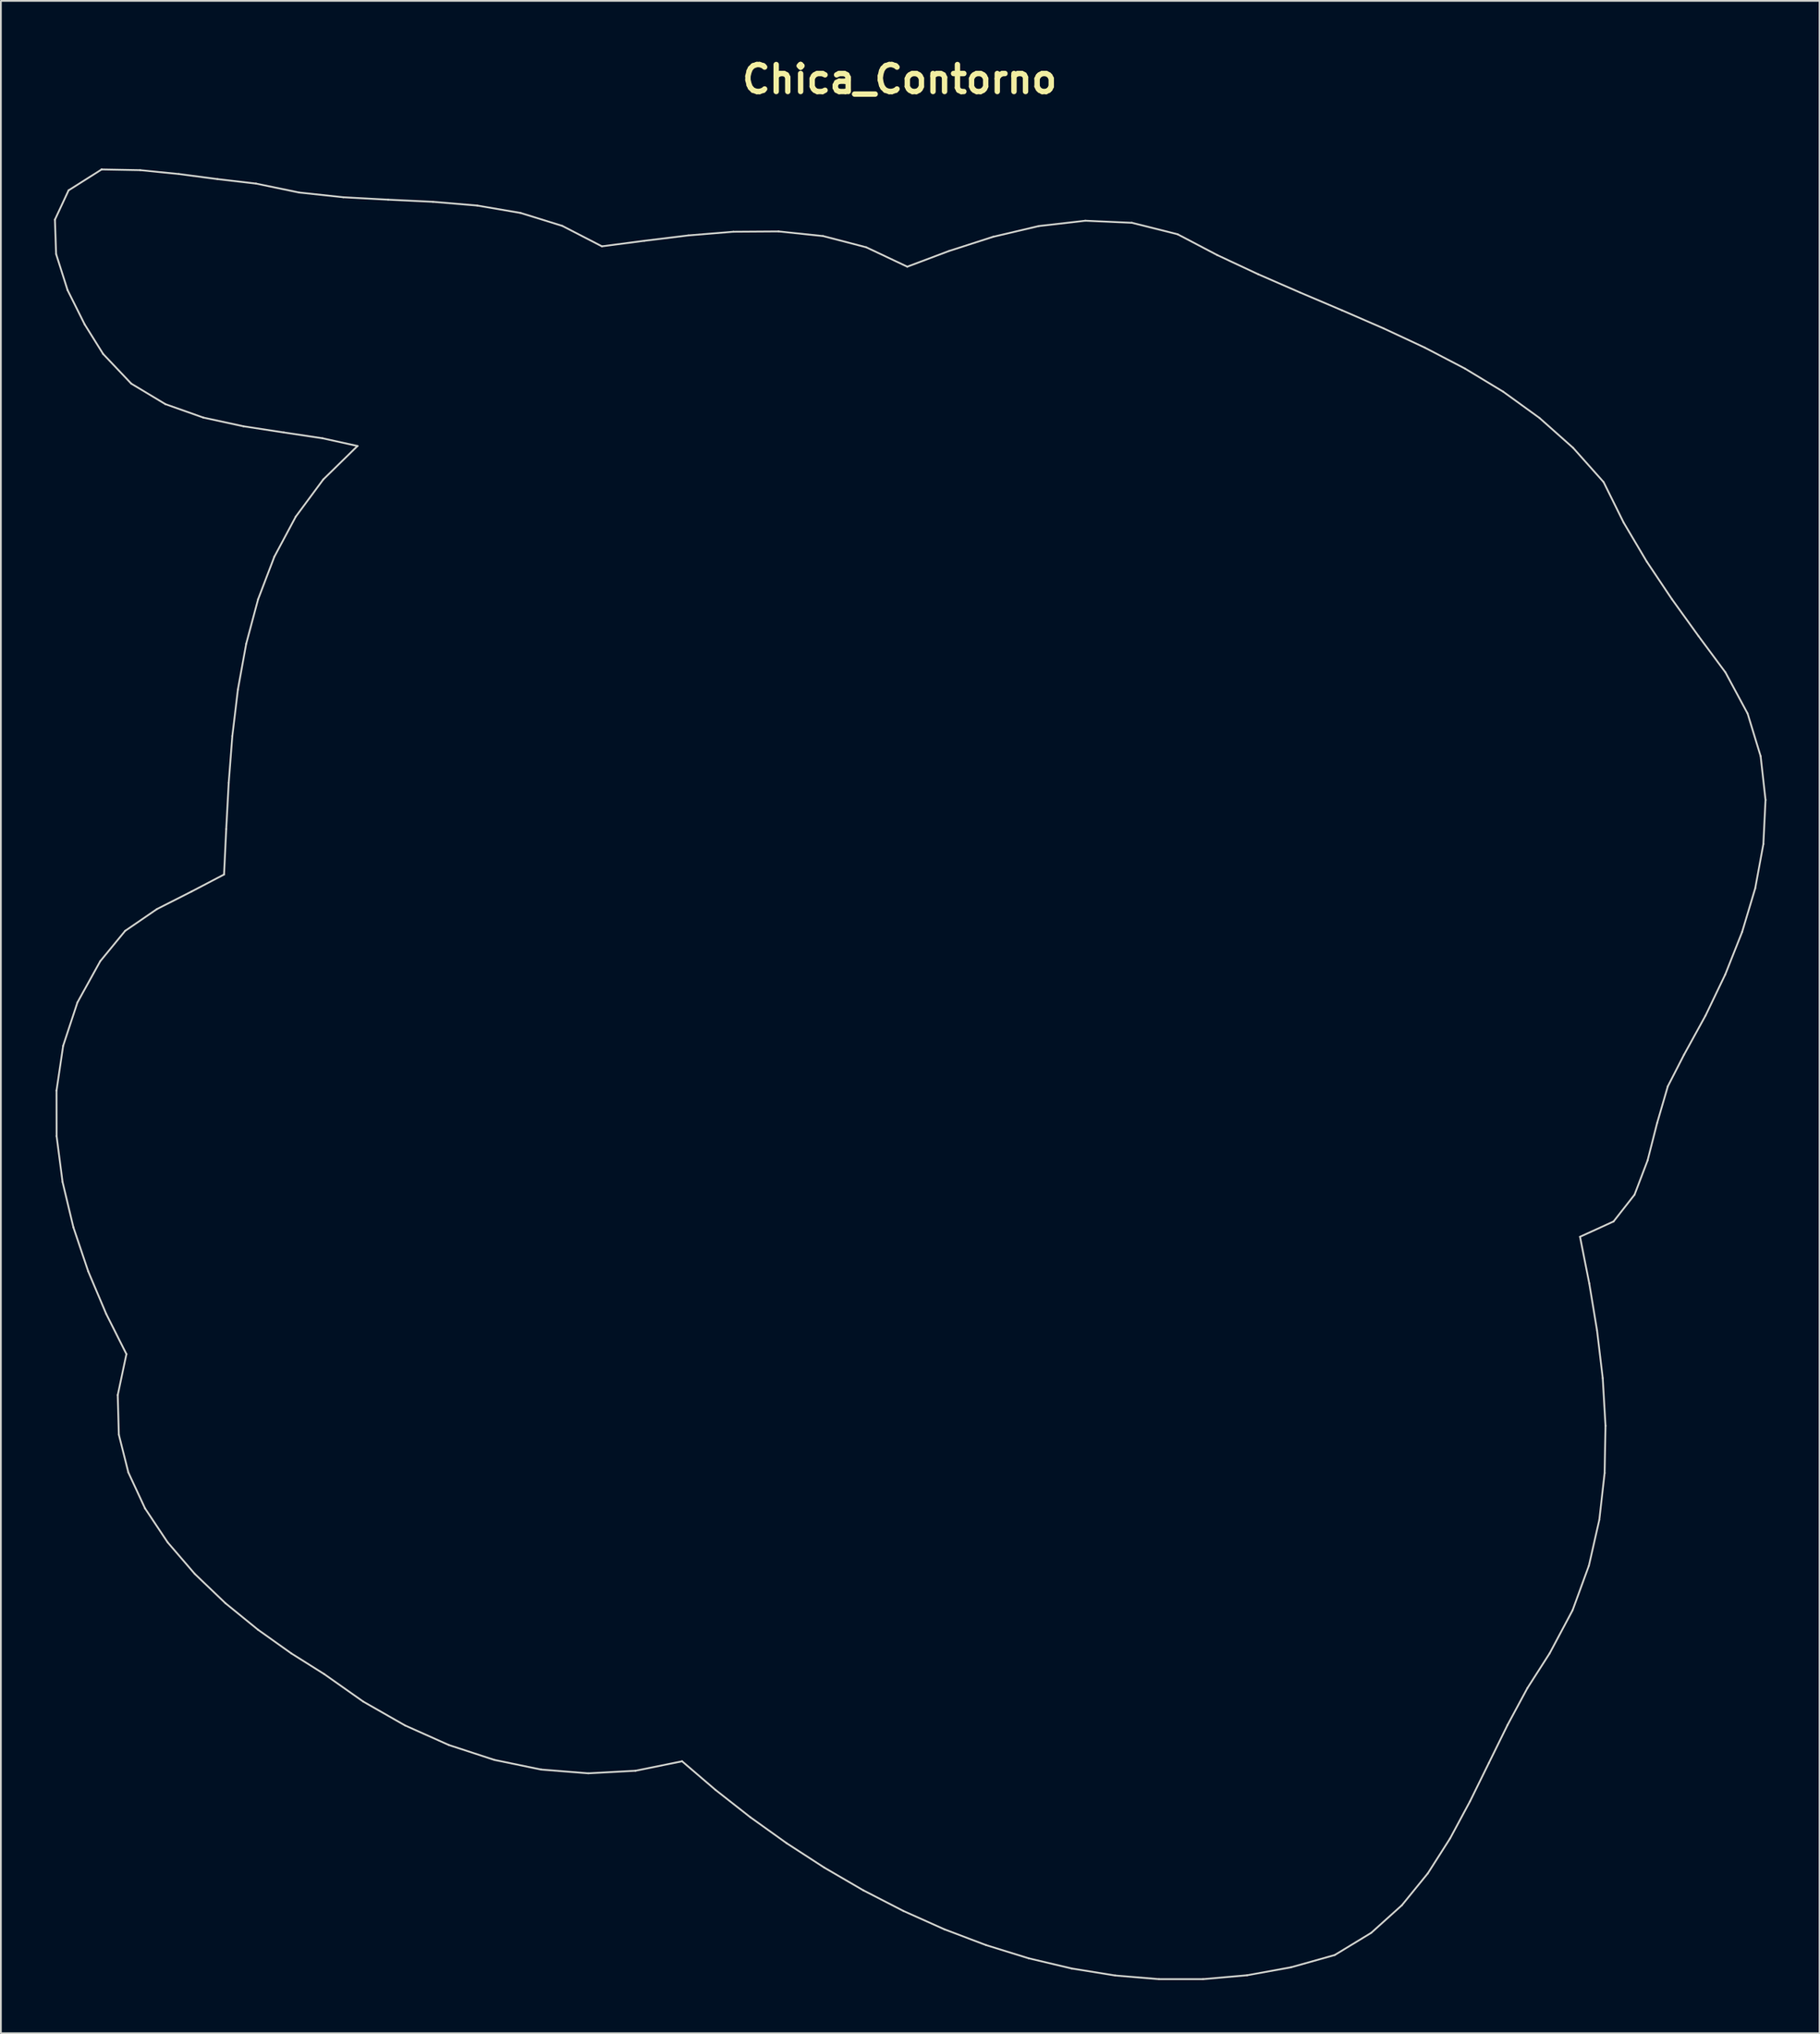
<source format=kicad_pcb>
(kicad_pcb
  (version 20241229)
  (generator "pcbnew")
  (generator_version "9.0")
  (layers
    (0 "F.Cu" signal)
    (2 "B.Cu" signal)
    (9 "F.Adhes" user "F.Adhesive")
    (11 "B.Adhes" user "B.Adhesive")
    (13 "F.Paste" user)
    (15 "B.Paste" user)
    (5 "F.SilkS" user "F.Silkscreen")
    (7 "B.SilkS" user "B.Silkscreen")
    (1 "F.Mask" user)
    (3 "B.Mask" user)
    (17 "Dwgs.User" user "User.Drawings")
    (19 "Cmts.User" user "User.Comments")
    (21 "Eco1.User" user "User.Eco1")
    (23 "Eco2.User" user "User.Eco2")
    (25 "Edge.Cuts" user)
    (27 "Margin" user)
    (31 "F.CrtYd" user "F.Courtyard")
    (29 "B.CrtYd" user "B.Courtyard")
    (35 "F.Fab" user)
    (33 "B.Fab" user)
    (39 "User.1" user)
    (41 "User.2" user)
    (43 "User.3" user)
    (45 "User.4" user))
  (footprint "Chica_Contorno"
    (layer "F.Cu")
    (at 47.746 58.074)
    (property "Reference" "Chica_Contorno" (at 0 -56.647 0) (layer "F.SilkS") (effects (font (size 1.524 1.524) (thickness 0.305))))
    (attr smd)
    (fp_line (start -47.694 -48.726) (end -47.628 -46.785) (stroke (width 0.103) (type solid)) (layer "Edge.Cuts"))
    (fp_line (start -47.628 -46.785) (end -46.981 -44.748) (stroke (width 0.103) (type solid)) (layer "Edge.Cuts"))
    (fp_line (start -47.604 0.435) (end -47.599 3.01) (stroke (width 0.103) (type solid)) (layer "Edge.Cuts"))
    (fp_line (start -47.599 3.01) (end -47.264 5.594) (stroke (width 0.103) (type solid)) (layer "Edge.Cuts"))
    (fp_line (start -47.264 5.594) (end -46.652 8.152) (stroke (width 0.103) (type solid)) (layer "Edge.Cuts"))
    (fp_line (start -47.23 -2.093) (end -47.604 0.435) (stroke (width 0.103) (type solid)) (layer "Edge.Cuts"))
    (fp_line (start -46.981 -44.748) (end -46.01 -42.804) (stroke (width 0.103) (type solid)) (layer "Edge.Cuts"))
    (fp_line (start -46.923 -50.38) (end -47.694 -48.726) (stroke (width 0.103) (type solid)) (layer "Edge.Cuts"))
    (fp_line (start -46.652 8.152) (end -45.812 10.648) (stroke (width 0.103) (type solid)) (layer "Edge.Cuts"))
    (fp_line (start -46.423 -4.541) (end -47.23 -2.093) (stroke (width 0.103) (type solid)) (layer "Edge.Cuts"))
    (fp_line (start -46.01 -42.804) (end -44.972 -41.143) (stroke (width 0.103) (type solid)) (layer "Edge.Cuts"))
    (fp_line (start -45.812 10.648) (end -44.797 13.046) (stroke (width 0.103) (type solid)) (layer "Edge.Cuts"))
    (fp_line (start -45.134 -6.87) (end -46.423 -4.541) (stroke (width 0.103) (type solid)) (layer "Edge.Cuts"))
    (fp_line (start -45.059 -51.559) (end -45.059 -51.559) (stroke (width 0.103) (type solid)) (layer "Edge.Cuts"))
    (fp_line (start -45.059 -51.559) (end -46.923 -50.38) (stroke (width 0.103) (type solid)) (layer "Edge.Cuts"))
    (fp_line (start -44.972 -41.143) (end -43.383 -39.468) (stroke (width 0.103) (type solid)) (layer "Edge.Cuts"))
    (fp_line (start -44.797 13.046) (end -43.658 15.31) (stroke (width 0.103) (type solid)) (layer "Edge.Cuts"))
    (fp_line (start -44.147 17.624) (end -44.086 19.854) (stroke (width 0.103) (type solid)) (layer "Edge.Cuts"))
    (fp_line (start -44.086 19.854) (end -43.549 21.99) (stroke (width 0.103) (type solid)) (layer "Edge.Cuts"))
    (fp_line (start -43.73 -8.579) (end -45.134 -6.87) (stroke (width 0.103) (type solid)) (layer "Edge.Cuts"))
    (fp_line (start -43.658 15.31) (end -44.147 17.624) (stroke (width 0.103) (type solid)) (layer "Edge.Cuts"))
    (fp_line (start -43.549 21.99) (end -42.606 24.02) (stroke (width 0.103) (type solid)) (layer "Edge.Cuts"))
    (fp_line (start -43.383 -39.468) (end -41.461 -38.313) (stroke (width 0.103) (type solid)) (layer "Edge.Cuts"))
    (fp_line (start -42.88 -51.519) (end -45.059 -51.559) (stroke (width 0.103) (type solid)) (layer "Edge.Cuts"))
    (fp_line (start -42.606 24.02) (end -41.331 25.934) (stroke (width 0.103) (type solid)) (layer "Edge.Cuts"))
    (fp_line (start -41.93 -9.812) (end -43.73 -8.579) (stroke (width 0.103) (type solid)) (layer "Edge.Cuts"))
    (fp_line (start -41.461 -38.313) (end -39.314 -37.552) (stroke (width 0.103) (type solid)) (layer "Edge.Cuts"))
    (fp_line (start -41.331 25.934) (end -39.795 27.72) (stroke (width 0.103) (type solid)) (layer "Edge.Cuts"))
    (fp_line (start -40.698 -51.302) (end -42.88 -51.519) (stroke (width 0.103) (type solid)) (layer "Edge.Cuts"))
    (fp_line (start -39.985 -10.798) (end -41.93 -9.812) (stroke (width 0.103) (type solid)) (layer "Edge.Cuts"))
    (fp_line (start -39.795 27.72) (end -38.071 29.368) (stroke (width 0.103) (type solid)) (layer "Edge.Cuts"))
    (fp_line (start -39.314 -37.552) (end -37.048 -37.061) (stroke (width 0.103) (type solid)) (layer "Edge.Cuts"))
    (fp_line (start -38.517 -51.014) (end -40.698 -51.302) (stroke (width 0.103) (type solid)) (layer "Edge.Cuts"))
    (fp_line (start -38.145 -11.761) (end -39.985 -10.798) (stroke (width 0.103) (type solid)) (layer "Edge.Cuts"))
    (fp_line (start -38.071 29.368) (end -36.23 30.866) (stroke (width 0.103) (type solid)) (layer "Edge.Cuts"))
    (fp_line (start -38.022 -14.324) (end -38.145 -11.761) (stroke (width 0.103) (type solid)) (layer "Edge.Cuts"))
    (fp_line (start -37.881 -16.94) (end -38.022 -14.324) (stroke (width 0.103) (type solid)) (layer "Edge.Cuts"))
    (fp_line (start -37.677 -19.577) (end -37.881 -16.94) (stroke (width 0.103) (type solid)) (layer "Edge.Cuts"))
    (fp_line (start -37.363 -22.204) (end -37.677 -19.577) (stroke (width 0.103) (type solid)) (layer "Edge.Cuts"))
    (fp_line (start -37.048 -37.061) (end -34.77 -36.713) (stroke (width 0.103) (type solid)) (layer "Edge.Cuts"))
    (fp_line (start -36.893 -24.788) (end -37.363 -22.204) (stroke (width 0.103) (type solid)) (layer "Edge.Cuts"))
    (fp_line (start -36.34 -50.761) (end -38.517 -51.014) (stroke (width 0.103) (type solid)) (layer "Edge.Cuts"))
    (fp_line (start -36.23 30.866) (end -34.346 32.205) (stroke (width 0.103) (type solid)) (layer "Edge.Cuts"))
    (fp_line (start -36.222 -27.298) (end -36.893 -24.788) (stroke (width 0.103) (type solid)) (layer "Edge.Cuts"))
    (fp_line (start -35.304 -29.701) (end -36.222 -27.298) (stroke (width 0.103) (type solid)) (layer "Edge.Cuts"))
    (fp_line (start -34.77 -36.713) (end -32.588 -36.385) (stroke (width 0.103) (type solid)) (layer "Edge.Cuts"))
    (fp_line (start -34.346 32.205) (end -32.49 33.372) (stroke (width 0.103) (type solid)) (layer "Edge.Cuts"))
    (fp_line (start -34.093 -31.965) (end -35.304 -29.701) (stroke (width 0.103) (type solid)) (layer "Edge.Cuts"))
    (fp_line (start -33.903 -50.256) (end -36.34 -50.761) (stroke (width 0.103) (type solid)) (layer "Edge.Cuts"))
    (fp_line (start -32.588 -36.385) (end -30.609 -35.95) (stroke (width 0.103) (type solid)) (layer "Edge.Cuts"))
    (fp_line (start -32.543 -34.059) (end -34.093 -31.965) (stroke (width 0.103) (type solid)) (layer "Edge.Cuts"))
    (fp_line (start -32.49 33.372) (end -30.283 34.926) (stroke (width 0.103) (type solid)) (layer "Edge.Cuts"))
    (fp_line (start -31.406 -49.99) (end -33.903 -50.256) (stroke (width 0.103) (type solid)) (layer "Edge.Cuts"))
    (fp_line (start -30.609 -35.95) (end -32.543 -34.059) (stroke (width 0.103) (type solid)) (layer "Edge.Cuts"))
    (fp_line (start -30.283 34.926) (end -27.925 36.271) (stroke (width 0.103) (type solid)) (layer "Edge.Cuts"))
    (fp_line (start -28.878 -49.853) (end -31.406 -49.99) (stroke (width 0.103) (type solid)) (layer "Edge.Cuts"))
    (fp_line (start -27.925 36.271) (end -25.445 37.379) (stroke (width 0.103) (type solid)) (layer "Edge.Cuts"))
    (fp_line (start -26.35 -49.733) (end -28.878 -49.853) (stroke (width 0.103) (type solid)) (layer "Edge.Cuts"))
    (fp_line (start -25.445 37.379) (end -22.874 38.219) (stroke (width 0.103) (type solid)) (layer "Edge.Cuts"))
    (fp_line (start -23.849 -49.521) (end -26.35 -49.733) (stroke (width 0.103) (type solid)) (layer "Edge.Cuts"))
    (fp_line (start -22.874 38.219) (end -20.242 38.761) (stroke (width 0.103) (type solid)) (layer "Edge.Cuts"))
    (fp_line (start -21.406 -49.105) (end -23.849 -49.521) (stroke (width 0.103) (type solid)) (layer "Edge.Cuts"))
    (fp_line (start -20.242 38.761) (end -17.579 38.974) (stroke (width 0.103) (type solid)) (layer "Edge.Cuts"))
    (fp_line (start -19.049 -48.375) (end -21.406 -49.105) (stroke (width 0.103) (type solid)) (layer "Edge.Cuts"))
    (fp_line (start -17.579 38.974) (end -14.915 38.829) (stroke (width 0.103) (type solid)) (layer "Edge.Cuts"))
    (fp_line (start -16.809 -47.22) (end -19.049 -48.375) (stroke (width 0.103) (type solid)) (layer "Edge.Cuts"))
    (fp_line (start -14.915 38.829) (end -12.281 38.295) (stroke (width 0.103) (type solid)) (layer "Edge.Cuts"))
    (fp_line (start -14.411 -47.532) (end -16.809 -47.22) (stroke (width 0.103) (type solid)) (layer "Edge.Cuts"))
    (fp_line (start -12.281 38.295) (end -10.402 39.904) (stroke (width 0.103) (type solid)) (layer "Edge.Cuts"))
    (fp_line (start -11.922 -47.836) (end -14.411 -47.532) (stroke (width 0.103) (type solid)) (layer "Edge.Cuts"))
    (fp_line (start -10.402 39.904) (end -8.433 41.449) (stroke (width 0.103) (type solid)) (layer "Edge.Cuts"))
    (fp_line (start -9.382 -48.043) (end -11.922 -47.836) (stroke (width 0.103) (type solid)) (layer "Edge.Cuts"))
    (fp_line (start -8.433 41.449) (end -6.379 42.918) (stroke (width 0.103) (type solid)) (layer "Edge.Cuts"))
    (fp_line (start -6.834 -48.061) (end -9.382 -48.043) (stroke (width 0.103) (type solid)) (layer "Edge.Cuts"))
    (fp_line (start -6.379 42.918) (end -4.249 44.298) (stroke (width 0.103) (type solid)) (layer "Edge.Cuts"))
    (fp_line (start -4.321 -47.799) (end -6.834 -48.061) (stroke (width 0.103) (type solid)) (layer "Edge.Cuts"))
    (fp_line (start -4.249 44.298) (end -2.05 45.577) (stroke (width 0.103) (type solid)) (layer "Edge.Cuts"))
    (fp_line (start -2.05 45.577) (end 0.211 46.741) (stroke (width 0.103) (type solid)) (layer "Edge.Cuts"))
    (fp_line (start -1.884 -47.166) (end -4.321 -47.799) (stroke (width 0.103) (type solid)) (layer "Edge.Cuts"))
    (fp_line (start 0.211 46.741) (end 2.525 47.777) (stroke (width 0.103) (type solid)) (layer "Edge.Cuts"))
    (fp_line (start 0.435 -46.07) (end -1.884 -47.166) (stroke (width 0.103) (type solid)) (layer "Edge.Cuts"))
    (fp_line (start 2.525 47.777) (end 4.887 48.672) (stroke (width 0.103) (type solid)) (layer "Edge.Cuts"))
    (fp_line (start 2.791 -46.956) (end 0.435 -46.07) (stroke (width 0.103) (type solid)) (layer "Edge.Cuts"))
    (fp_line (start 4.887 48.672) (end 7.287 49.415) (stroke (width 0.103) (type solid)) (layer "Edge.Cuts"))
    (fp_line (start 5.282 -47.758) (end 2.791 -46.956) (stroke (width 0.103) (type solid)) (layer "Edge.Cuts"))
    (fp_line (start 7.287 49.415) (end 9.72 49.991) (stroke (width 0.103) (type solid)) (layer "Edge.Cuts"))
    (fp_line (start 7.864 -48.364) (end 5.282 -47.758) (stroke (width 0.103) (type solid)) (layer "Edge.Cuts"))
    (fp_line (start 9.72 49.991) (end 12.177 50.387) (stroke (width 0.103) (type solid)) (layer "Edge.Cuts"))
    (fp_line (start 10.49 -48.665) (end 7.864 -48.364) (stroke (width 0.103) (type solid)) (layer "Edge.Cuts"))
    (fp_line (start 12.177 50.387) (end 14.651 50.592) (stroke (width 0.103) (type solid)) (layer "Edge.Cuts"))
    (fp_line (start 13.117 -48.548) (end 10.49 -48.665) (stroke (width 0.103) (type solid)) (layer "Edge.Cuts"))
    (fp_line (start 14.651 50.592) (end 17.134 50.592) (stroke (width 0.103) (type solid)) (layer "Edge.Cuts"))
    (fp_line (start 15.699 -47.901) (end 13.117 -48.548) (stroke (width 0.103) (type solid)) (layer "Edge.Cuts"))
    (fp_line (start 17.134 50.592) (end 19.62 50.373) (stroke (width 0.103) (type solid)) (layer "Edge.Cuts"))
    (fp_line (start 17.937 -46.726) (end 15.699 -47.901) (stroke (width 0.103) (type solid)) (layer "Edge.Cuts"))
    (fp_line (start 19.62 50.373) (end 22.1 49.924) (stroke (width 0.103) (type solid)) (layer "Edge.Cuts"))
    (fp_line (start 20.248 -45.645) (end 17.937 -46.726) (stroke (width 0.103) (type solid)) (layer "Edge.Cuts"))
    (fp_line (start 22.1 49.924) (end 24.568 49.232) (stroke (width 0.103) (type solid)) (layer "Edge.Cuts"))
    (fp_line (start 22.603 -44.618) (end 20.248 -45.645) (stroke (width 0.103) (type solid)) (layer "Edge.Cuts"))
    (fp_line (start 24.568 49.232) (end 26.632 47.978) (stroke (width 0.103) (type solid)) (layer "Edge.Cuts"))
    (fp_line (start 24.976 -43.61) (end 22.603 -44.618) (stroke (width 0.103) (type solid)) (layer "Edge.Cuts"))
    (fp_line (start 26.632 47.978) (end 28.362 46.421) (stroke (width 0.103) (type solid)) (layer "Edge.Cuts"))
    (fp_line (start 27.339 -42.583) (end 24.976 -43.61) (stroke (width 0.103) (type solid)) (layer "Edge.Cuts"))
    (fp_line (start 28.362 46.421) (end 29.825 44.624) (stroke (width 0.103) (type solid)) (layer "Edge.Cuts"))
    (fp_line (start 29.664 -41.498) (end 27.339 -42.583) (stroke (width 0.103) (type solid)) (layer "Edge.Cuts"))
    (fp_line (start 29.825 44.624) (end 31.086 42.646) (stroke (width 0.103) (type solid)) (layer "Edge.Cuts"))
    (fp_line (start 31.086 42.646) (end 32.213 40.549) (stroke (width 0.103) (type solid)) (layer "Edge.Cuts"))
    (fp_line (start 31.923 -40.32) (end 29.664 -41.498) (stroke (width 0.103) (type solid)) (layer "Edge.Cuts"))
    (fp_line (start 32.213 40.549) (end 33.272 38.395) (stroke (width 0.103) (type solid)) (layer "Edge.Cuts"))
    (fp_line (start 33.272 38.395) (end 34.33 36.244) (stroke (width 0.103) (type solid)) (layer "Edge.Cuts"))
    (fp_line (start 34.089 -39.01) (end 31.923 -40.32) (stroke (width 0.103) (type solid)) (layer "Edge.Cuts"))
    (fp_line (start 34.33 36.244) (end 35.453 34.159) (stroke (width 0.103) (type solid)) (layer "Edge.Cuts"))
    (fp_line (start 35.453 34.159) (end 36.707 32.2) (stroke (width 0.103) (type solid)) (layer "Edge.Cuts"))
    (fp_line (start 36.135 -37.53) (end 34.089 -39.01) (stroke (width 0.103) (type solid)) (layer "Edge.Cuts"))
    (fp_line (start 36.707 32.2) (end 38.003 29.767) (stroke (width 0.103) (type solid)) (layer "Edge.Cuts"))
    (fp_line (start 38.003 29.767) (end 38.924 27.248) (stroke (width 0.103) (type solid)) (layer "Edge.Cuts"))
    (fp_line (start 38.032 -35.844) (end 36.135 -37.53) (stroke (width 0.103) (type solid)) (layer "Edge.Cuts"))
    (fp_line (start 38.422 8.688) (end 40.315 7.824) (stroke (width 0.103) (type solid)) (layer "Edge.Cuts"))
    (fp_line (start 38.924 27.248) (end 39.512 24.661) (stroke (width 0.103) (type solid)) (layer "Edge.Cuts"))
    (fp_line (start 38.943 11.317) (end 38.422 8.688) (stroke (width 0.103) (type solid)) (layer "Edge.Cuts"))
    (fp_line (start 39.384 13.982) (end 38.943 11.317) (stroke (width 0.103) (type solid)) (layer "Edge.Cuts"))
    (fp_line (start 39.512 24.661) (end 39.81 22.023) (stroke (width 0.103) (type solid)) (layer "Edge.Cuts"))
    (fp_line (start 39.704 16.667) (end 39.384 13.982) (stroke (width 0.103) (type solid)) (layer "Edge.Cuts"))
    (fp_line (start 39.753 -33.913) (end 38.032 -35.844) (stroke (width 0.103) (type solid)) (layer "Edge.Cuts"))
    (fp_line (start 39.81 22.023) (end 39.86 19.353) (stroke (width 0.103) (type solid)) (layer "Edge.Cuts"))
    (fp_line (start 39.86 19.353) (end 39.704 16.667) (stroke (width 0.103) (type solid)) (layer "Edge.Cuts"))
    (fp_line (start 40.315 7.824) (end 41.5 6.313) (stroke (width 0.103) (type solid)) (layer "Edge.Cuts"))
    (fp_line (start 40.886 -31.624) (end 39.753 -33.913) (stroke (width 0.103) (type solid)) (layer "Edge.Cuts"))
    (fp_line (start 41.5 6.313) (end 42.235 4.385) (stroke (width 0.103) (type solid)) (layer "Edge.Cuts"))
    (fp_line (start 42.185 -29.432) (end 40.886 -31.624) (stroke (width 0.103) (type solid)) (layer "Edge.Cuts"))
    (fp_line (start 42.235 4.385) (end 42.775 2.269) (stroke (width 0.103) (type solid)) (layer "Edge.Cuts"))
    (fp_line (start 42.775 2.269) (end 43.378 0.198) (stroke (width 0.103) (type solid)) (layer "Edge.Cuts"))
    (fp_line (start 43.378 0.198) (end 44.3 -1.6) (stroke (width 0.103) (type solid)) (layer "Edge.Cuts"))
    (fp_line (start 43.606 -27.31) (end 42.185 -29.432) (stroke (width 0.103) (type solid)) (layer "Edge.Cuts"))
    (fp_line (start 44.3 -1.6) (end 45.51 -3.8) (stroke (width 0.103) (type solid)) (layer "Edge.Cuts"))
    (fp_line (start 45.103 -25.232) (end 43.606 -27.31) (stroke (width 0.103) (type solid)) (layer "Edge.Cuts"))
    (fp_line (start 45.51 -3.8) (end 46.622 -6.117) (stroke (width 0.103) (type solid)) (layer "Edge.Cuts"))
    (fp_line (start 46.622 -6.117) (end 47.577 -8.522) (stroke (width 0.103) (type solid)) (layer "Edge.Cuts"))
    (fp_line (start 46.633 -23.17) (end 45.103 -25.232) (stroke (width 0.103) (type solid)) (layer "Edge.Cuts"))
    (fp_line (start 47.577 -8.522) (end 48.315 -10.985) (stroke (width 0.103) (type solid)) (layer "Edge.Cuts"))
    (fp_line (start 47.885 -20.847) (end 46.633 -23.17) (stroke (width 0.103) (type solid)) (layer "Edge.Cuts"))
    (fp_line (start 48.315 -10.985) (end 48.774 -13.479) (stroke (width 0.103) (type solid)) (layer "Edge.Cuts"))
    (fp_line (start 48.62 -18.439) (end 47.885 -20.847) (stroke (width 0.103) (type solid)) (layer "Edge.Cuts"))
    (fp_line (start 48.774 -13.479) (end 48.896 -15.973) (stroke (width 0.103) (type solid)) (layer "Edge.Cuts"))
    (fp_line (start 48.896 -15.973) (end 48.62 -18.439) (stroke (width 0.103) (type solid)) (layer "Edge.Cuts")))
  (gr_rect
    (start -3 -3)
    (end 99.693 111.717)
    (stroke (width 0.1) (type default))
    (fill no)
    (layer "Edge.Cuts")))
</source>
